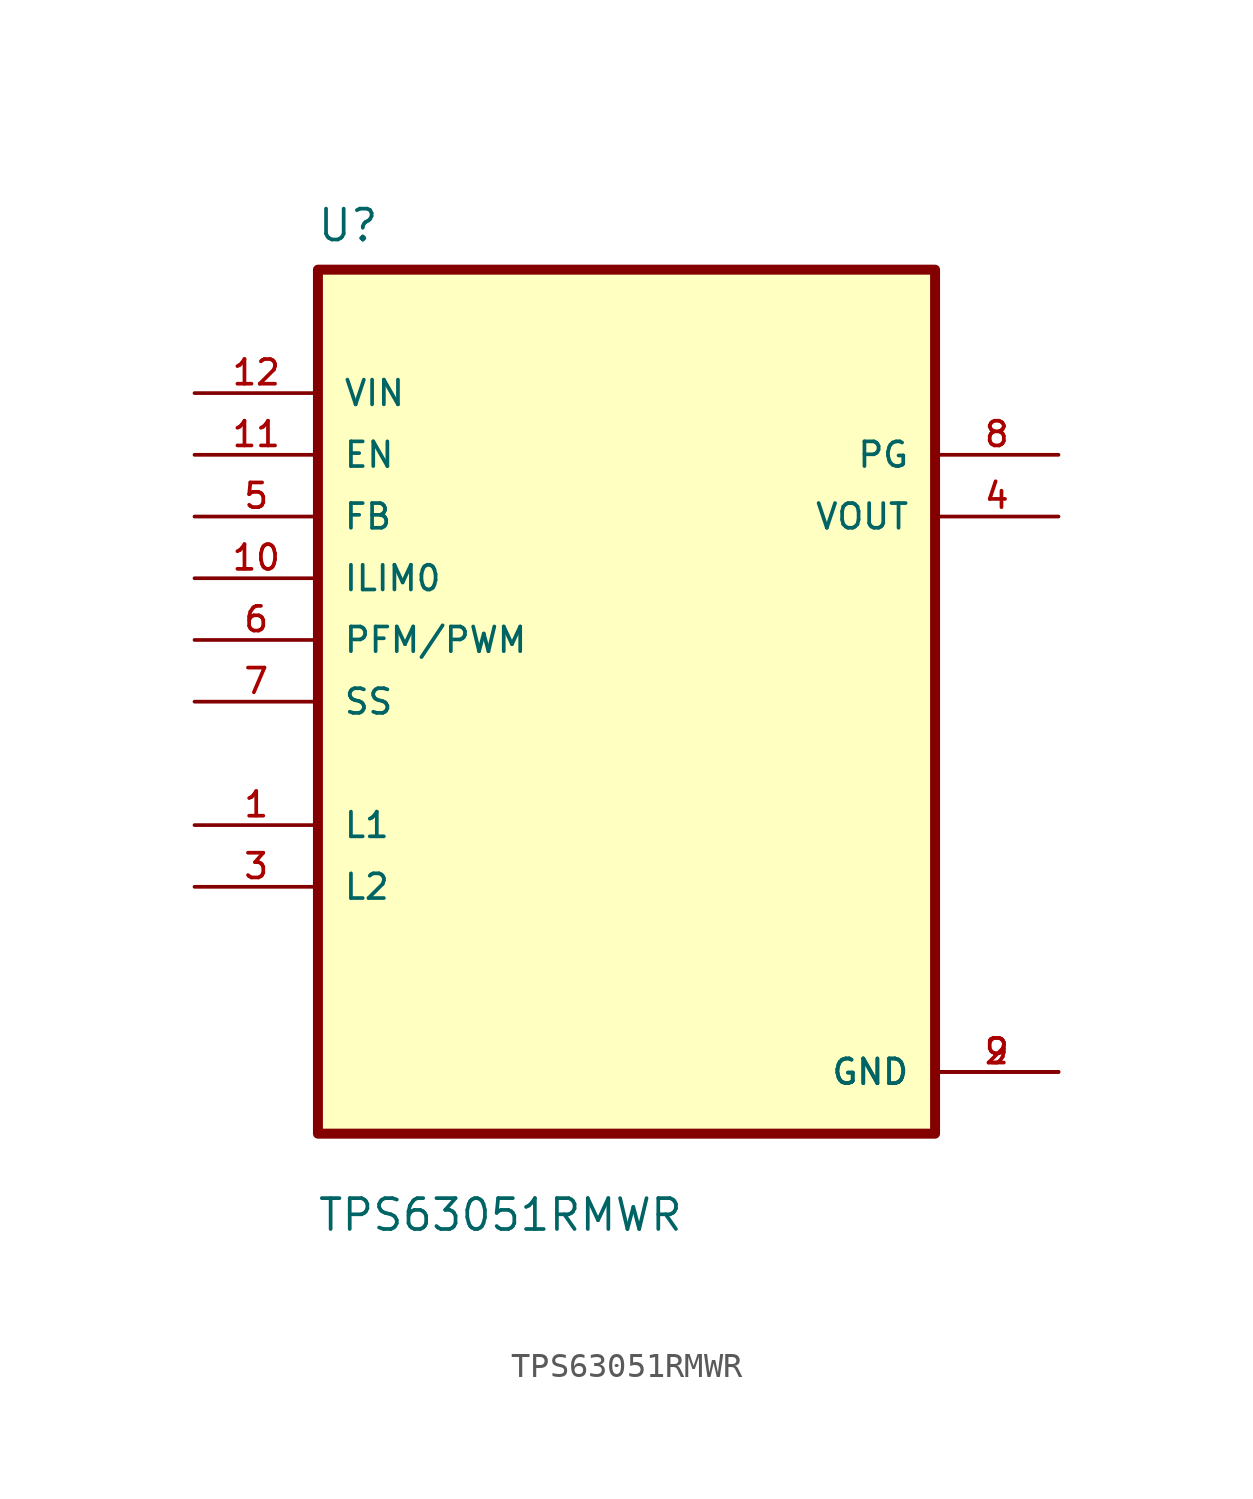
<source format=kicad_sym>
(kicad_symbol_lib
  (version 20211014)
  (generator kicad_symbol_editor)
  (symbol "TPS63051RMWR"
    (pin_names
      (offset 1.016))
    (property "Reference" "U"
      (at -12.769 18.858 0.0)
      (effects (font (size 1.27 1.27)) (justify bottom left)))
    (property "Value" "TPS63051RMWR"
      (at -12.761 -21.867 0.0)
      (effects (font (size 1.27 1.27)) (justify bottom left)))
    (symbol "TPS63051RMWR_0_0"
      (rectangle (start -12.7 -17.78) (end 12.7 17.78) (stroke (width 0.41)) (fill (type background)))
      (pin input line (at -17.78 10.16 0) (length 5.08) (name "EN" (effects (font (size 1.016 1.016)))) (number "11" (effects (font (size 1.016 1.016)))))
      (pin input line (at -17.78 7.62 0) (length 5.08) (name "FB" (effects (font (size 1.016 1.016)))) (number "5" (effects (font (size 1.016 1.016)))))
      (pin input line (at -17.78 5.08 0) (length 5.08) (name "ILIM0" (effects (font (size 1.016 1.016)))) (number "10" (effects (font (size 1.016 1.016)))))
      (pin input line (at -17.78 2.54 0) (length 5.08) (name "PFM/PWM" (effects (font (size 1.016 1.016)))) (number "6" (effects (font (size 1.016 1.016)))))
      (pin input line (at -17.78 0.0 0) (length 5.08) (name "SS" (effects (font (size 1.016 1.016)))) (number "7" (effects (font (size 1.016 1.016)))))
      (pin bidirectional line (at -17.78 -5.08 0) (length 5.08) (name "L1" (effects (font (size 1.016 1.016)))) (number "1" (effects (font (size 1.016 1.016)))))
      (pin bidirectional line (at -17.78 -7.62 0) (length 5.08) (name "L2" (effects (font (size 1.016 1.016)))) (number "3" (effects (font (size 1.016 1.016)))))
      (pin input line (at -17.78 12.7 0) (length 5.08) (name "VIN" (effects (font (size 1.016 1.016)))) (number "12" (effects (font (size 1.016 1.016)))))
      (pin output line (at 17.78 10.16 180.0) (length 5.08) (name "PG" (effects (font (size 1.016 1.016)))) (number "8" (effects (font (size 1.016 1.016)))))
      (pin output line (at 17.78 7.62 180.0) (length 5.08) (name "VOUT" (effects (font (size 1.016 1.016)))) (number "4" (effects (font (size 1.016 1.016)))))
      (pin power_in line (at 17.78 -15.24 180.0) (length 5.08) (name "GND" (effects (font (size 1.016 1.016)))) (number "2" (effects (font (size 1.016 1.016)))))
      (pin power_in line (at 17.78 -15.24 180.0) (length 5.08) (name "GND" (effects (font (size 1.016 1.016)))) (number "9" (effects (font (size 1.016 1.016))))))))
</source>
